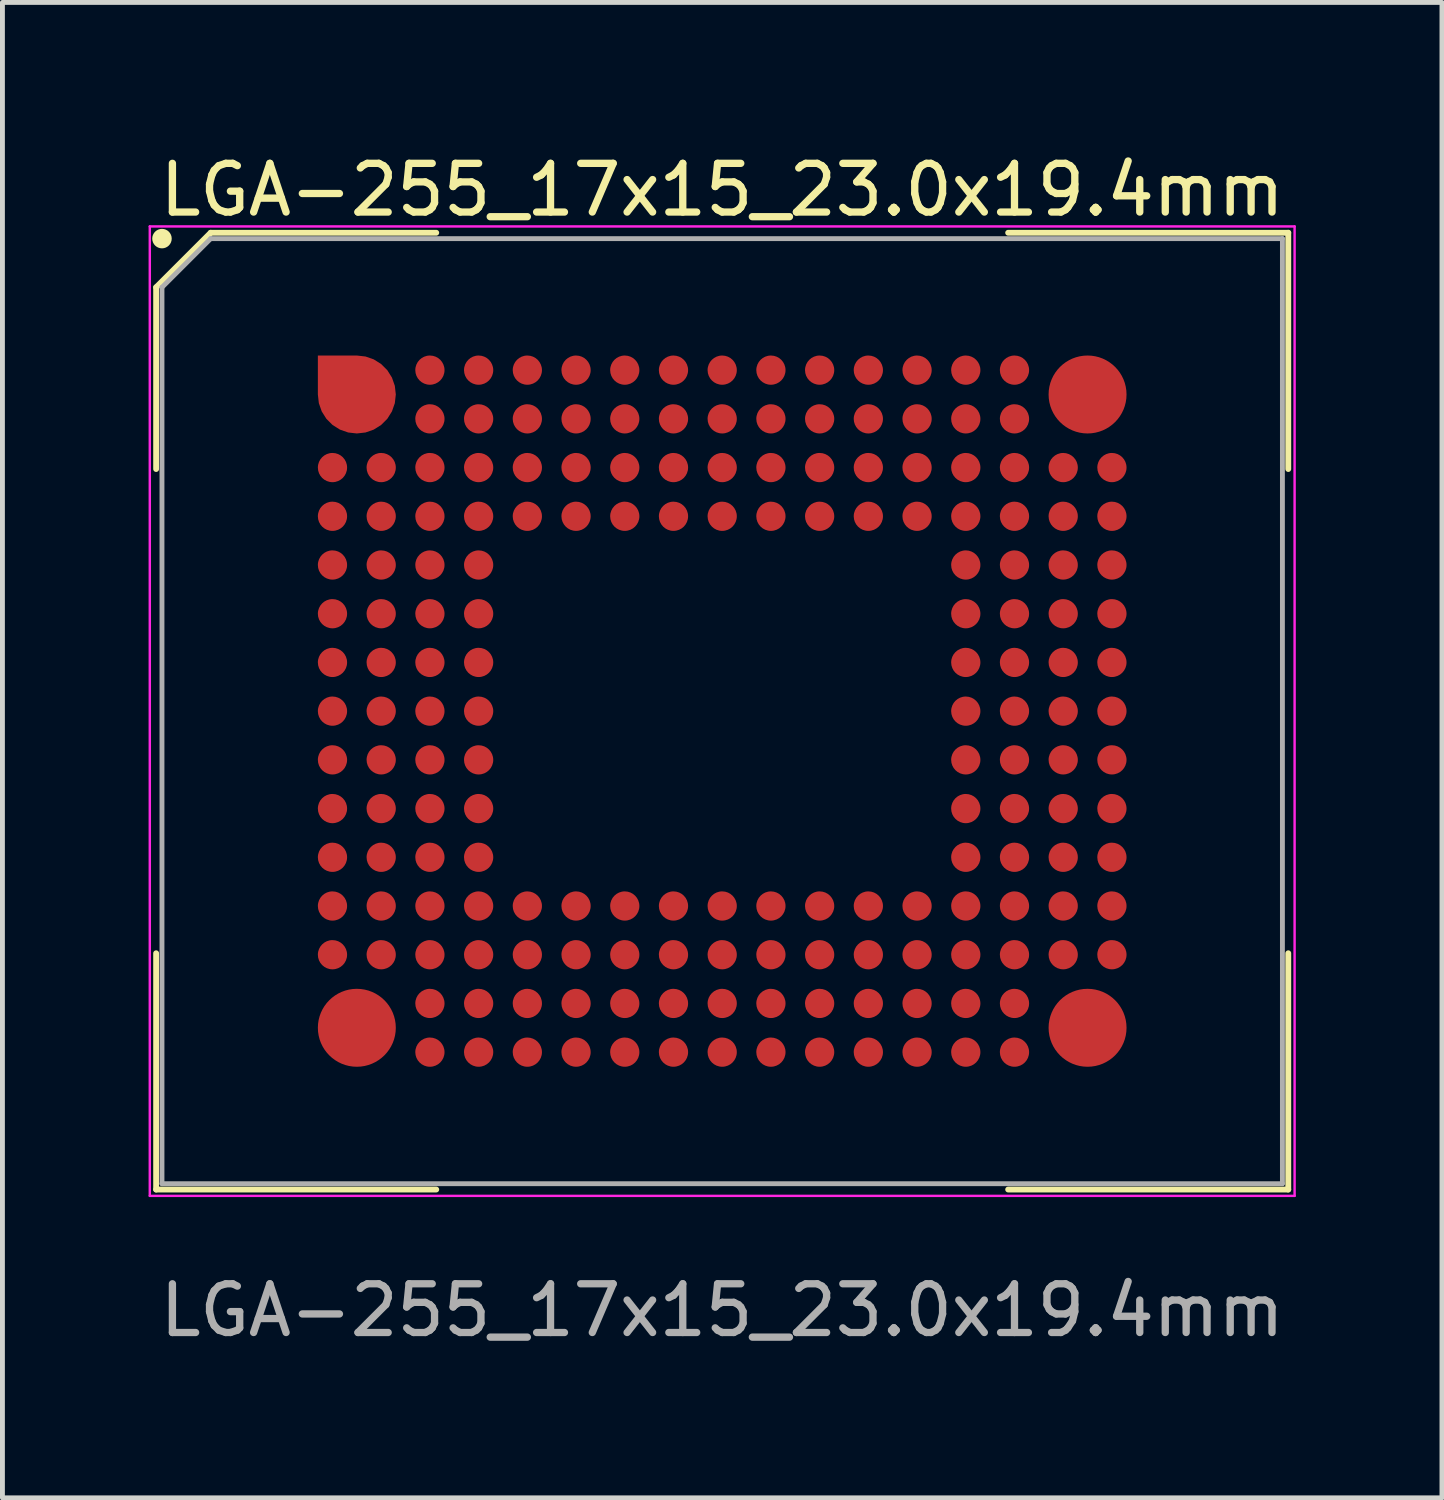
<source format=kicad_pcb>
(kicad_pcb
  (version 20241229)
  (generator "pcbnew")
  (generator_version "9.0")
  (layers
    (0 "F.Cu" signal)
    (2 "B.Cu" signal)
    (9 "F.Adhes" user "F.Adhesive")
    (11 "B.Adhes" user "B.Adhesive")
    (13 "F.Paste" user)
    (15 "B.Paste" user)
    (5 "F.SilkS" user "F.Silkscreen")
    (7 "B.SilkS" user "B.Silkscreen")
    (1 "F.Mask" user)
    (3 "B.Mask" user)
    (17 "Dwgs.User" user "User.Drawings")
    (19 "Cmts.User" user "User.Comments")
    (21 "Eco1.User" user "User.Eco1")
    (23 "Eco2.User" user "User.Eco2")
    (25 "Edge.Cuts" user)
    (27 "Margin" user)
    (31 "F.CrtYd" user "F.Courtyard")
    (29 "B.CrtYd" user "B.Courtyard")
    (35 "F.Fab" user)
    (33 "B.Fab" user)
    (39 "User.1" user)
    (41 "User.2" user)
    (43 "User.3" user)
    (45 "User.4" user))
  (footprint "LGA-255_17x15_23.0x19.4mm"
    (layer "F.Cu")
    (at 11.775 11.548)
    (property "Reference" "LGA-255_17x15_23.0x19.4mm" (at 0 -10.7 0) (layer "F.SilkS") (effects (font (size 1 1) (thickness 0.15))))
    (attr smd)
    (fp_line (start -11.62 -8.7) (end -11.62 -4.97) (stroke (width 0.12) (type default)) (layer "F.SilkS"))
    (fp_line (start -11.62 9.82) (end -11.62 4.97) (stroke (width 0.12) (type default)) (layer "F.SilkS"))
    (fp_line (start -10.5 -9.82) (end -11.62 -8.7) (stroke (width 0.12) (type default)) (layer "F.SilkS"))
    (fp_line (start -5.87 -9.82) (end -10.5 -9.82) (stroke (width 0.12) (type default)) (layer "F.SilkS"))
    (fp_line (start -5.87 9.82) (end -11.62 9.82) (stroke (width 0.12) (type default)) (layer "F.SilkS"))
    (fp_line (start 5.87 -9.82) (end 11.62 -9.82) (stroke (width 0.12) (type default)) (layer "F.SilkS"))
    (fp_line (start 5.87 9.82) (end 11.62 9.82) (stroke (width 0.12) (type default)) (layer "F.SilkS"))
    (fp_line (start 11.62 -9.82) (end 11.62 -4.97) (stroke (width 0.12) (type default)) (layer "F.SilkS"))
    (fp_line (start 11.62 9.82) (end 11.62 4.97) (stroke (width 0.12) (type default)) (layer "F.SilkS"))
    (fp_circle (center -11.5 -9.7) (end -11.5 -9.6) (stroke (width 0.2) (type default)) (fill no) (layer "F.SilkS"))
    (fp_line (start -11.75 -9.95) (end 11.75 -9.95) (stroke (width 0.05) (type default)) (layer "F.CrtYd"))
    (fp_line (start -11.75 9.95) (end -11.75 -9.95) (stroke (width 0.05) (type default)) (layer "F.CrtYd"))
    (fp_line (start 11.75 -9.95) (end 11.75 9.95) (stroke (width 0.05) (type default)) (layer "F.CrtYd"))
    (fp_line (start 11.75 9.95) (end -11.75 9.95) (stroke (width 0.05) (type default)) (layer "F.CrtYd"))
    (fp_line (start -11.5 -8.7) (end -11.5 9.7) (stroke (width 0.1) (type default)) (layer "F.Fab"))
    (fp_line (start -11.5 9.7) (end 11.5 9.7) (stroke (width 0.1) (type default)) (layer "F.Fab"))
    (fp_line (start -10.5 -9.7) (end -11.5 -8.7) (stroke (width 0.1) (type default)) (layer "F.Fab"))
    (fp_line (start 11.5 -9.7) (end -10.5 -9.7) (stroke (width 0.1) (type default)) (layer "F.Fab"))
    (fp_line (start 11.5 9.7) (end 11.5 -9.7) (stroke (width 0.1) (type default)) (layer "F.Fab"))
    (fp_text user "${REFERENCE}" (at 0 12.3 0) (layer "F.Fab") (effects (font (size 1 1) (thickness 0.15))))
    (pad "A3" smd circle (at -6 -7) (size 0.6 0.6) (layers "F.Cu" "F.Mask" "F.Paste"))
    (pad "A4" smd circle (at -5 -7) (size 0.6 0.6) (layers "F.Cu" "F.Mask" "F.Paste"))
    (pad "A5" smd circle (at -4 -7) (size 0.6 0.6) (layers "F.Cu" "F.Mask" "F.Paste"))
    (pad "A6" smd circle (at -3 -7) (size 0.6 0.6) (layers "F.Cu" "F.Mask" "F.Paste"))
    (pad "A7" smd circle (at -2 -7) (size 0.6 0.6) (layers "F.Cu" "F.Mask" "F.Paste"))
    (pad "A8" smd circle (at -1 -7) (size 0.6 0.6) (layers "F.Cu" "F.Mask" "F.Paste"))
    (pad "A9" smd circle (at 0 -7) (size 0.6 0.6) (layers "F.Cu" "F.Mask" "F.Paste"))
    (pad "A10" smd circle (at 1 -7) (size 0.6 0.6) (layers "F.Cu" "F.Mask" "F.Paste"))
    (pad "A11" smd circle (at 2 -7) (size 0.6 0.6) (layers "F.Cu" "F.Mask" "F.Paste"))
    (pad "A12" smd circle (at 3 -7) (size 0.6 0.6) (layers "F.Cu" "F.Mask" "F.Paste"))
    (pad "A13" smd circle (at 4 -7) (size 0.6 0.6) (layers "F.Cu" "F.Mask" "F.Paste"))
    (pad "A14" smd circle (at 5 -7) (size 0.6 0.6) (layers "F.Cu" "F.Mask" "F.Paste"))
    (pad "A15" smd circle (at 6 -7) (size 0.6 0.6) (layers "F.Cu" "F.Mask" "F.Paste"))
    (pad "B3" smd circle (at -6 -6) (size 0.6 0.6) (layers "F.Cu" "F.Mask" "F.Paste"))
    (pad "B4" smd circle (at -5 -6) (size 0.6 0.6) (layers "F.Cu" "F.Mask" "F.Paste"))
    (pad "B5" smd circle (at -4 -6) (size 0.6 0.6) (layers "F.Cu" "F.Mask" "F.Paste"))
    (pad "B6" smd circle (at -3 -6) (size 0.6 0.6) (layers "F.Cu" "F.Mask" "F.Paste"))
    (pad "B7" smd circle (at -2 -6) (size 0.6 0.6) (layers "F.Cu" "F.Mask" "F.Paste"))
    (pad "B8" smd circle (at -1 -6) (size 0.6 0.6) (layers "F.Cu" "F.Mask" "F.Paste"))
    (pad "B9" smd circle (at 0 -6) (size 0.6 0.6) (layers "F.Cu" "F.Mask" "F.Paste"))
    (pad "B10" smd circle (at 1 -6) (size 0.6 0.6) (layers "F.Cu" "F.Mask" "F.Paste"))
    (pad "B11" smd circle (at 2 -6) (size 0.6 0.6) (layers "F.Cu" "F.Mask" "F.Paste"))
    (pad "B12" smd circle (at 3 -6) (size 0.6 0.6) (layers "F.Cu" "F.Mask" "F.Paste"))
    (pad "B13" smd circle (at 4 -6) (size 0.6 0.6) (layers "F.Cu" "F.Mask" "F.Paste"))
    (pad "B14" smd circle (at 5 -6) (size 0.6 0.6) (layers "F.Cu" "F.Mask" "F.Paste"))
    (pad "B15" smd circle (at 6 -6) (size 0.6 0.6) (layers "F.Cu" "F.Mask" "F.Paste"))
    (pad "C1" smd circle (at -8 -5) (size 0.6 0.6) (layers "F.Cu" "F.Mask" "F.Paste"))
    (pad "C2" smd circle (at -7 -5) (size 0.6 0.6) (layers "F.Cu" "F.Mask" "F.Paste"))
    (pad "C3" smd circle (at -6 -5) (size 0.6 0.6) (layers "F.Cu" "F.Mask" "F.Paste"))
    (pad "C4" smd circle (at -5 -5) (size 0.6 0.6) (layers "F.Cu" "F.Mask" "F.Paste"))
    (pad "C5" smd circle (at -4 -5) (size 0.6 0.6) (layers "F.Cu" "F.Mask" "F.Paste"))
    (pad "C6" smd circle (at -3 -5) (size 0.6 0.6) (layers "F.Cu" "F.Mask" "F.Paste"))
    (pad "C7" smd circle (at -2 -5) (size 0.6 0.6) (layers "F.Cu" "F.Mask" "F.Paste"))
    (pad "C8" smd circle (at -1 -5) (size 0.6 0.6) (layers "F.Cu" "F.Mask" "F.Paste"))
    (pad "C9" smd circle (at 0 -5) (size 0.6 0.6) (layers "F.Cu" "F.Mask" "F.Paste"))
    (pad "C10" smd circle (at 1 -5) (size 0.6 0.6) (layers "F.Cu" "F.Mask" "F.Paste"))
    (pad "C11" smd circle (at 2 -5) (size 0.6 0.6) (layers "F.Cu" "F.Mask" "F.Paste"))
    (pad "C12" smd circle (at 3 -5) (size 0.6 0.6) (layers "F.Cu" "F.Mask" "F.Paste"))
    (pad "C13" smd circle (at 4 -5) (size 0.6 0.6) (layers "F.Cu" "F.Mask" "F.Paste"))
    (pad "C14" smd circle (at 5 -5) (size 0.6 0.6) (layers "F.Cu" "F.Mask" "F.Paste"))
    (pad "C15" smd circle (at 6 -5) (size 0.6 0.6) (layers "F.Cu" "F.Mask" "F.Paste"))
    (pad "C16" smd circle (at 7 -5) (size 0.6 0.6) (layers "F.Cu" "F.Mask" "F.Paste"))
    (pad "C17" smd circle (at 8 -5) (size 0.6 0.6) (layers "F.Cu" "F.Mask" "F.Paste"))
    (pad "D1" smd circle (at -8 -4) (size 0.6 0.6) (layers "F.Cu" "F.Mask" "F.Paste"))
    (pad "D2" smd circle (at -7 -4) (size 0.6 0.6) (layers "F.Cu" "F.Mask" "F.Paste"))
    (pad "D3" smd circle (at -6 -4) (size 0.6 0.6) (layers "F.Cu" "F.Mask" "F.Paste"))
    (pad "D4" smd circle (at -5 -4) (size 0.6 0.6) (layers "F.Cu" "F.Mask" "F.Paste"))
    (pad "D5" smd circle (at -4 -4) (size 0.6 0.6) (layers "F.Cu" "F.Mask" "F.Paste"))
    (pad "D6" smd circle (at -3 -4) (size 0.6 0.6) (layers "F.Cu" "F.Mask" "F.Paste"))
    (pad "D7" smd circle (at -2 -4) (size 0.6 0.6) (layers "F.Cu" "F.Mask" "F.Paste"))
    (pad "D8" smd circle (at -1 -4) (size 0.6 0.6) (layers "F.Cu" "F.Mask" "F.Paste"))
    (pad "D9" smd circle (at 0 -4) (size 0.6 0.6) (layers "F.Cu" "F.Mask" "F.Paste"))
    (pad "D10" smd circle (at 1 -4) (size 0.6 0.6) (layers "F.Cu" "F.Mask" "F.Paste"))
    (pad "D11" smd circle (at 2 -4) (size 0.6 0.6) (layers "F.Cu" "F.Mask" "F.Paste"))
    (pad "D12" smd circle (at 3 -4) (size 0.6 0.6) (layers "F.Cu" "F.Mask" "F.Paste"))
    (pad "D13" smd circle (at 4 -4) (size 0.6 0.6) (layers "F.Cu" "F.Mask" "F.Paste"))
    (pad "D14" smd circle (at 5 -4) (size 0.6 0.6) (layers "F.Cu" "F.Mask" "F.Paste"))
    (pad "D15" smd circle (at 6 -4) (size 0.6 0.6) (layers "F.Cu" "F.Mask" "F.Paste"))
    (pad "D16" smd circle (at 7 -4) (size 0.6 0.6) (layers "F.Cu" "F.Mask" "F.Paste"))
    (pad "D17" smd circle (at 8 -4) (size 0.6 0.6) (layers "F.Cu" "F.Mask" "F.Paste"))
    (pad "E1" smd circle (at -8 -3) (size 0.6 0.6) (layers "F.Cu" "F.Mask" "F.Paste"))
    (pad "E2" smd circle (at -7 -3) (size 0.6 0.6) (layers "F.Cu" "F.Mask" "F.Paste"))
    (pad "E3" smd circle (at -6 -3) (size 0.6 0.6) (layers "F.Cu" "F.Mask" "F.Paste"))
    (pad "E4" smd circle (at -5 -3) (size 0.6 0.6) (layers "F.Cu" "F.Mask" "F.Paste"))
    (pad "E14" smd circle (at 5 -3) (size 0.6 0.6) (layers "F.Cu" "F.Mask" "F.Paste"))
    (pad "E15" smd circle (at 6 -3) (size 0.6 0.6) (layers "F.Cu" "F.Mask" "F.Paste"))
    (pad "E16" smd circle (at 7 -3) (size 0.6 0.6) (layers "F.Cu" "F.Mask" "F.Paste"))
    (pad "E17" smd circle (at 8 -3) (size 0.6 0.6) (layers "F.Cu" "F.Mask" "F.Paste"))
    (pad "F1" smd circle (at -8 -2) (size 0.6 0.6) (layers "F.Cu" "F.Mask" "F.Paste"))
    (pad "F2" smd circle (at -7 -2) (size 0.6 0.6) (layers "F.Cu" "F.Mask" "F.Paste"))
    (pad "F3" smd circle (at -6 -2) (size 0.6 0.6) (layers "F.Cu" "F.Mask" "F.Paste"))
    (pad "F4" smd circle (at -5 -2) (size 0.6 0.6) (layers "F.Cu" "F.Mask" "F.Paste"))
    (pad "F14" smd circle (at 5 -2) (size 0.6 0.6) (layers "F.Cu" "F.Mask" "F.Paste"))
    (pad "F15" smd circle (at 6 -2) (size 0.6 0.6) (layers "F.Cu" "F.Mask" "F.Paste"))
    (pad "F16" smd circle (at 7 -2) (size 0.6 0.6) (layers "F.Cu" "F.Mask" "F.Paste"))
    (pad "F17" smd circle (at 8 -2) (size 0.6 0.6) (layers "F.Cu" "F.Mask" "F.Paste"))
    (pad "G1" smd circle (at -8 -1) (size 0.6 0.6) (layers "F.Cu" "F.Mask" "F.Paste"))
    (pad "G2" smd circle (at -7 -1) (size 0.6 0.6) (layers "F.Cu" "F.Mask" "F.Paste"))
    (pad "G3" smd circle (at -6 -1) (size 0.6 0.6) (layers "F.Cu" "F.Mask" "F.Paste"))
    (pad "G4" smd circle (at -5 -1) (size 0.6 0.6) (layers "F.Cu" "F.Mask" "F.Paste"))
    (pad "G14" smd circle (at 5 -1) (size 0.6 0.6) (layers "F.Cu" "F.Mask" "F.Paste"))
    (pad "G15" smd circle (at 6 -1) (size 0.6 0.6) (layers "F.Cu" "F.Mask" "F.Paste"))
    (pad "G16" smd circle (at 7 -1) (size 0.6 0.6) (layers "F.Cu" "F.Mask" "F.Paste"))
    (pad "G17" smd circle (at 8 -1) (size 0.6 0.6) (layers "F.Cu" "F.Mask" "F.Paste"))
    (pad "H1" smd circle (at -8 0) (size 0.6 0.6) (layers "F.Cu" "F.Mask" "F.Paste"))
    (pad "H2" smd circle (at -7 0) (size 0.6 0.6) (layers "F.Cu" "F.Mask" "F.Paste"))
    (pad "H3" smd circle (at -6 0) (size 0.6 0.6) (layers "F.Cu" "F.Mask" "F.Paste"))
    (pad "H4" smd circle (at -5 0) (size 0.6 0.6) (layers "F.Cu" "F.Mask" "F.Paste"))
    (pad "H14" smd circle (at 5 0) (size 0.6 0.6) (layers "F.Cu" "F.Mask" "F.Paste"))
    (pad "H15" smd circle (at 6 0) (size 0.6 0.6) (layers "F.Cu" "F.Mask" "F.Paste"))
    (pad "H16" smd circle (at 7 0) (size 0.6 0.6) (layers "F.Cu" "F.Mask" "F.Paste"))
    (pad "H17" smd circle (at 8 0) (size 0.6 0.6) (layers "F.Cu" "F.Mask" "F.Paste"))
    (pad "J1" smd circle (at -8 1) (size 0.6 0.6) (layers "F.Cu" "F.Mask" "F.Paste"))
    (pad "J2" smd circle (at -7 1) (size 0.6 0.6) (layers "F.Cu" "F.Mask" "F.Paste"))
    (pad "J3" smd circle (at -6 1) (size 0.6 0.6) (layers "F.Cu" "F.Mask" "F.Paste"))
    (pad "J4" smd circle (at -5 1) (size 0.6 0.6) (layers "F.Cu" "F.Mask" "F.Paste"))
    (pad "J14" smd circle (at 5 1) (size 0.6 0.6) (layers "F.Cu" "F.Mask" "F.Paste"))
    (pad "J15" smd circle (at 6 1) (size 0.6 0.6) (layers "F.Cu" "F.Mask" "F.Paste"))
    (pad "J16" smd circle (at 7 1) (size 0.6 0.6) (layers "F.Cu" "F.Mask" "F.Paste"))
    (pad "J17" smd circle (at 8 1) (size 0.6 0.6) (layers "F.Cu" "F.Mask" "F.Paste"))
    (pad "K1" smd circle (at -8 2) (size 0.6 0.6) (layers "F.Cu" "F.Mask" "F.Paste"))
    (pad "K2" smd circle (at -7 2) (size 0.6 0.6) (layers "F.Cu" "F.Mask" "F.Paste"))
    (pad "K3" smd circle (at -6 2) (size 0.6 0.6) (layers "F.Cu" "F.Mask" "F.Paste"))
    (pad "K4" smd circle (at -5 2) (size 0.6 0.6) (layers "F.Cu" "F.Mask" "F.Paste"))
    (pad "K14" smd circle (at 5 2) (size 0.6 0.6) (layers "F.Cu" "F.Mask" "F.Paste"))
    (pad "K15" smd circle (at 6 2) (size 0.6 0.6) (layers "F.Cu" "F.Mask" "F.Paste"))
    (pad "K16" smd circle (at 7 2) (size 0.6 0.6) (layers "F.Cu" "F.Mask" "F.Paste"))
    (pad "K17" smd circle (at 8 2) (size 0.6 0.6) (layers "F.Cu" "F.Mask" "F.Paste"))
    (pad "L1" smd circle (at -8 3) (size 0.6 0.6) (layers "F.Cu" "F.Mask" "F.Paste"))
    (pad "L2" smd circle (at -7 3) (size 0.6 0.6) (layers "F.Cu" "F.Mask" "F.Paste"))
    (pad "L3" smd circle (at -6 3) (size 0.6 0.6) (layers "F.Cu" "F.Mask" "F.Paste"))
    (pad "L4" smd circle (at -5 3) (size 0.6 0.6) (layers "F.Cu" "F.Mask" "F.Paste"))
    (pad "L14" smd circle (at 5 3) (size 0.6 0.6) (layers "F.Cu" "F.Mask" "F.Paste"))
    (pad "L15" smd circle (at 6 3) (size 0.6 0.6) (layers "F.Cu" "F.Mask" "F.Paste"))
    (pad "L16" smd circle (at 7 3) (size 0.6 0.6) (layers "F.Cu" "F.Mask" "F.Paste"))
    (pad "L17" smd circle (at 8 3) (size 0.6 0.6) (layers "F.Cu" "F.Mask" "F.Paste"))
    (pad "M1" smd circle (at -8 4) (size 0.6 0.6) (layers "F.Cu" "F.Mask" "F.Paste"))
    (pad "M2" smd circle (at -7 4) (size 0.6 0.6) (layers "F.Cu" "F.Mask" "F.Paste"))
    (pad "M3" smd circle (at -6 4) (size 0.6 0.6) (layers "F.Cu" "F.Mask" "F.Paste"))
    (pad "M4" smd circle (at -5 4) (size 0.6 0.6) (layers "F.Cu" "F.Mask" "F.Paste"))
    (pad "M5" smd circle (at -4 4) (size 0.6 0.6) (layers "F.Cu" "F.Mask" "F.Paste"))
    (pad "M6" smd circle (at -3 4) (size 0.6 0.6) (layers "F.Cu" "F.Mask" "F.Paste"))
    (pad "M7" smd circle (at -2 4) (size 0.6 0.6) (layers "F.Cu" "F.Mask" "F.Paste"))
    (pad "M8" smd circle (at -1 4) (size 0.6 0.6) (layers "F.Cu" "F.Mask" "F.Paste"))
    (pad "M9" smd circle (at 0 4) (size 0.6 0.6) (layers "F.Cu" "F.Mask" "F.Paste"))
    (pad "M10" smd circle (at 1 4) (size 0.6 0.6) (layers "F.Cu" "F.Mask" "F.Paste"))
    (pad "M11" smd circle (at 2 4) (size 0.6 0.6) (layers "F.Cu" "F.Mask" "F.Paste"))
    (pad "M12" smd circle (at 3 4) (size 0.6 0.6) (layers "F.Cu" "F.Mask" "F.Paste"))
    (pad "M13" smd circle (at 4 4) (size 0.6 0.6) (layers "F.Cu" "F.Mask" "F.Paste"))
    (pad "M14" smd circle (at 5 4) (size 0.6 0.6) (layers "F.Cu" "F.Mask" "F.Paste"))
    (pad "M15" smd circle (at 6 4) (size 0.6 0.6) (layers "F.Cu" "F.Mask" "F.Paste"))
    (pad "M16" smd circle (at 7 4) (size 0.6 0.6) (layers "F.Cu" "F.Mask" "F.Paste"))
    (pad "M17" smd circle (at 8 4) (size 0.6 0.6) (layers "F.Cu" "F.Mask" "F.Paste"))
    (pad "N1" smd circle (at -8 5) (size 0.6 0.6) (layers "F.Cu" "F.Mask" "F.Paste"))
    (pad "N2" smd circle (at -7 5) (size 0.6 0.6) (layers "F.Cu" "F.Mask" "F.Paste"))
    (pad "N3" smd circle (at -6 5) (size 0.6 0.6) (layers "F.Cu" "F.Mask" "F.Paste"))
    (pad "N4" smd circle (at -5 5) (size 0.6 0.6) (layers "F.Cu" "F.Mask" "F.Paste"))
    (pad "N5" smd circle (at -4 5) (size 0.6 0.6) (layers "F.Cu" "F.Mask" "F.Paste"))
    (pad "N6" smd circle (at -3 5) (size 0.6 0.6) (layers "F.Cu" "F.Mask" "F.Paste"))
    (pad "N7" smd circle (at -2 5) (size 0.6 0.6) (layers "F.Cu" "F.Mask" "F.Paste"))
    (pad "N8" smd circle (at -1 5) (size 0.6 0.6) (layers "F.Cu" "F.Mask" "F.Paste"))
    (pad "N9" smd circle (at 0 5) (size 0.6 0.6) (layers "F.Cu" "F.Mask" "F.Paste"))
    (pad "N10" smd circle (at 1 5) (size 0.6 0.6) (layers "F.Cu" "F.Mask" "F.Paste"))
    (pad "N11" smd circle (at 2 5) (size 0.6 0.6) (layers "F.Cu" "F.Mask" "F.Paste"))
    (pad "N12" smd circle (at 3 5) (size 0.6 0.6) (layers "F.Cu" "F.Mask" "F.Paste"))
    (pad "N13" smd circle (at 4 5) (size 0.6 0.6) (layers "F.Cu" "F.Mask" "F.Paste"))
    (pad "N14" smd circle (at 5 5) (size 0.6 0.6) (layers "F.Cu" "F.Mask" "F.Paste"))
    (pad "N15" smd circle (at 6 5) (size 0.6 0.6) (layers "F.Cu" "F.Mask" "F.Paste"))
    (pad "N16" smd circle (at 7 5) (size 0.6 0.6) (layers "F.Cu" "F.Mask" "F.Paste"))
    (pad "N17" smd circle (at 8 5) (size 0.6 0.6) (layers "F.Cu" "F.Mask" "F.Paste"))
    (pad "P3" smd circle (at -6 6) (size 0.6 0.6) (layers "F.Cu" "F.Mask" "F.Paste"))
    (pad "P4" smd circle (at -5 6) (size 0.6 0.6) (layers "F.Cu" "F.Mask" "F.Paste"))
    (pad "P5" smd circle (at -4 6) (size 0.6 0.6) (layers "F.Cu" "F.Mask" "F.Paste"))
    (pad "P6" smd circle (at -3 6) (size 0.6 0.6) (layers "F.Cu" "F.Mask" "F.Paste"))
    (pad "P7" smd circle (at -2 6) (size 0.6 0.6) (layers "F.Cu" "F.Mask" "F.Paste"))
    (pad "P8" smd circle (at -1 6) (size 0.6 0.6) (layers "F.Cu" "F.Mask" "F.Paste"))
    (pad "P9" smd circle (at 0 6) (size 0.6 0.6) (layers "F.Cu" "F.Mask" "F.Paste"))
    (pad "P10" smd circle (at 1 6) (size 0.6 0.6) (layers "F.Cu" "F.Mask" "F.Paste"))
    (pad "P11" smd circle (at 2 6) (size 0.6 0.6) (layers "F.Cu" "F.Mask" "F.Paste"))
    (pad "P12" smd circle (at 3 6) (size 0.6 0.6) (layers "F.Cu" "F.Mask" "F.Paste"))
    (pad "P13" smd circle (at 4 6) (size 0.6 0.6) (layers "F.Cu" "F.Mask" "F.Paste"))
    (pad "P14" smd circle (at 5 6) (size 0.6 0.6) (layers "F.Cu" "F.Mask" "F.Paste"))
    (pad "P15" smd circle (at 6 6) (size 0.6 0.6) (layers "F.Cu" "F.Mask" "F.Paste"))
    (pad "PAD1" smd roundrect (at -7.5 -6.5) (size 1.6 1.6) (layers "F.Cu" "F.Mask" "F.Paste") (roundrect_rratio 0.5) (chamfer_ratio 0) (chamfer top_left))
    (pad "PAD2" smd circle (at 7.5 -6.5) (size 1.6 1.6) (layers "F.Cu" "F.Mask" "F.Paste"))
    (pad "PAD3" smd circle (at 7.5 6.5) (size 1.6 1.6) (layers "F.Cu" "F.Mask" "F.Paste"))
    (pad "PAD4" smd circle (at -7.5 6.5) (size 1.6 1.6) (layers "F.Cu" "F.Mask" "F.Paste"))
    (pad "R3" smd circle (at -6 7) (size 0.6 0.6) (layers "F.Cu" "F.Mask" "F.Paste"))
    (pad "R4" smd circle (at -5 7) (size 0.6 0.6) (layers "F.Cu" "F.Mask" "F.Paste"))
    (pad "R5" smd circle (at -4 7) (size 0.6 0.6) (layers "F.Cu" "F.Mask" "F.Paste"))
    (pad "R6" smd circle (at -3 7) (size 0.6 0.6) (layers "F.Cu" "F.Mask" "F.Paste"))
    (pad "R7" smd circle (at -2 7) (size 0.6 0.6) (layers "F.Cu" "F.Mask" "F.Paste"))
    (pad "R8" smd circle (at -1 7) (size 0.6 0.6) (layers "F.Cu" "F.Mask" "F.Paste"))
    (pad "R9" smd circle (at 0 7) (size 0.6 0.6) (layers "F.Cu" "F.Mask" "F.Paste"))
    (pad "R10" smd circle (at 1 7) (size 0.6 0.6) (layers "F.Cu" "F.Mask" "F.Paste"))
    (pad "R11" smd circle (at 2 7) (size 0.6 0.6) (layers "F.Cu" "F.Mask" "F.Paste"))
    (pad "R12" smd circle (at 3 7) (size 0.6 0.6) (layers "F.Cu" "F.Mask" "F.Paste"))
    (pad "R13" smd circle (at 4 7) (size 0.6 0.6) (layers "F.Cu" "F.Mask" "F.Paste"))
    (pad "R14" smd circle (at 5 7) (size 0.6 0.6) (layers "F.Cu" "F.Mask" "F.Paste"))
    (pad "R15" smd circle (at 6 7) (size 0.6 0.6) (layers "F.Cu" "F.Mask" "F.Paste")))
  (gr_rect
    (start -3 -3)
    (end 26.55 27.697)
    (stroke (width 0.1) (type default))
    (fill no)
    (layer "Edge.Cuts")))
</source>
